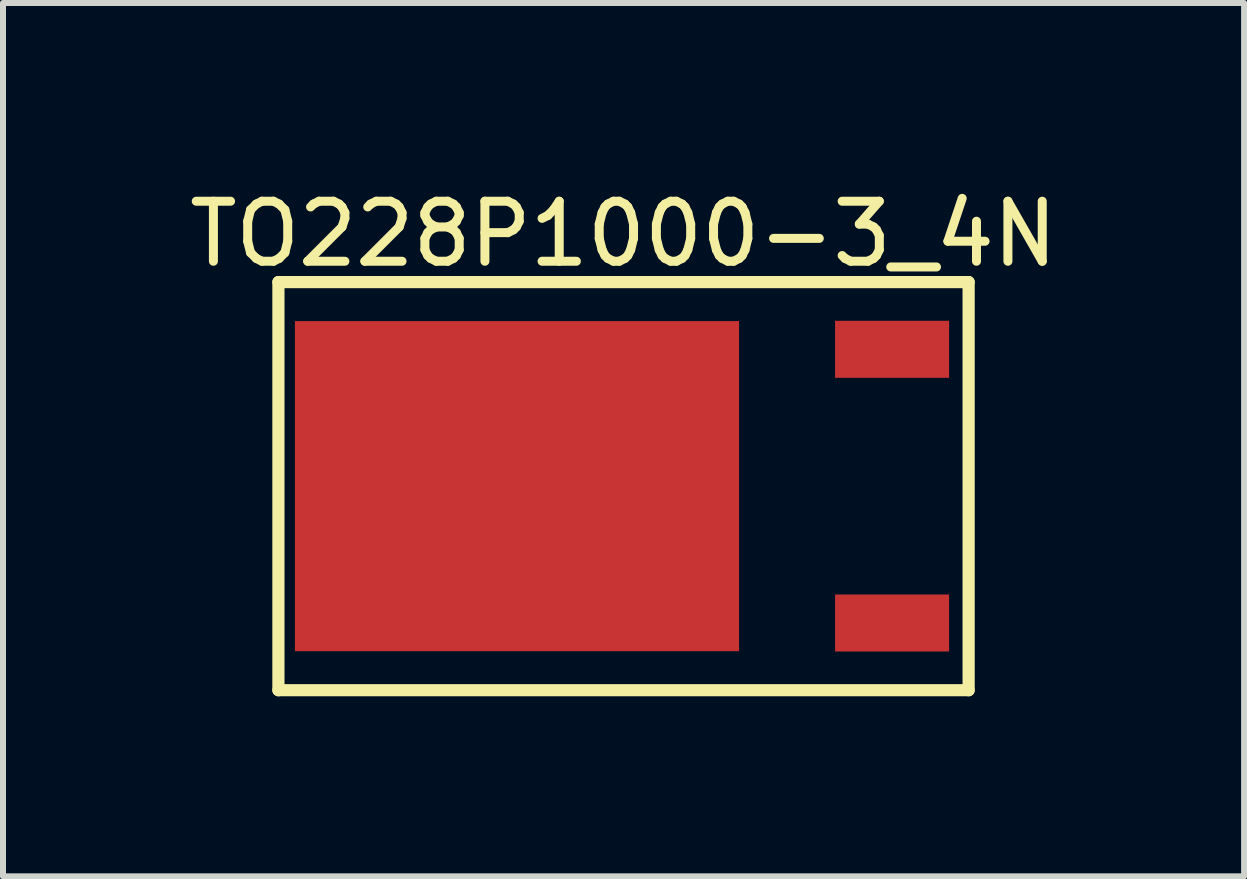
<source format=kicad_pcb>
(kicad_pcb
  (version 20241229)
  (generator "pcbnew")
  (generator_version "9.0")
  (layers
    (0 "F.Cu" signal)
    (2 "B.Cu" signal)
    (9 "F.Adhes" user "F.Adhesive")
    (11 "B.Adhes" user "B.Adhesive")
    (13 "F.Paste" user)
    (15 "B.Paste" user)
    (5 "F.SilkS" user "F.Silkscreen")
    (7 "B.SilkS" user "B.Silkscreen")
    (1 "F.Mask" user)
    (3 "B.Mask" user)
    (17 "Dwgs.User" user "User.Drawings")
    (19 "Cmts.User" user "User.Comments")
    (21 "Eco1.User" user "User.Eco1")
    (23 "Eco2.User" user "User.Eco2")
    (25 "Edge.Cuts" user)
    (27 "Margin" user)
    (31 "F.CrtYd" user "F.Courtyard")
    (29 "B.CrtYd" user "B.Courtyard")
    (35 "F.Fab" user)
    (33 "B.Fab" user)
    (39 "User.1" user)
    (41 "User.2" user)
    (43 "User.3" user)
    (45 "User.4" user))
  (footprint "TO228P1000-3_4N"
    (layer "F.Cu")
    (at 8.689 5.05)
    (property "Reference" "TO228P1000-3_4N" (at -1.35 -4.202 0) (layer "F.SilkS") (effects (font (size 1 1) (thickness 0.15))))
    (fp_line (start -7.1 -3.4) (end 4.4 -3.4) (stroke (width 0.203) (type solid)) (layer "F.SilkS"))
    (fp_line (start -7.1 3.4) (end -7.1 -3.4) (stroke (width 0.203) (type solid)) (layer "F.SilkS"))
    (fp_line (start -7.1 3.4) (end 4.4 3.4) (stroke (width 0.203) (type solid)) (layer "F.SilkS"))
    (fp_line (start 4.4 3.4) (end 4.4 -3.4) (stroke (width 0.203) (type solid)) (layer "F.SilkS"))
    (pad "D" smd rect (at -3.125 0 270) (size 5.5 7.4) (layers "F.Cu" "F.Mask" "F.Paste"))
    (pad "G" smd rect (at 3.125 2.28 270) (size 0.95 1.9) (layers "F.Cu" "F.Mask" "F.Paste"))
    (pad "S" smd rect (at 3.125 -2.28 270) (size 0.95 1.9) (layers "F.Cu" "F.Mask" "F.Paste")))
  (gr_rect
    (start -3 -3)
    (end 17.679 11.551)
    (stroke (width 0.1) (type default))
    (fill no)
    (layer "Edge.Cuts")))
</source>
